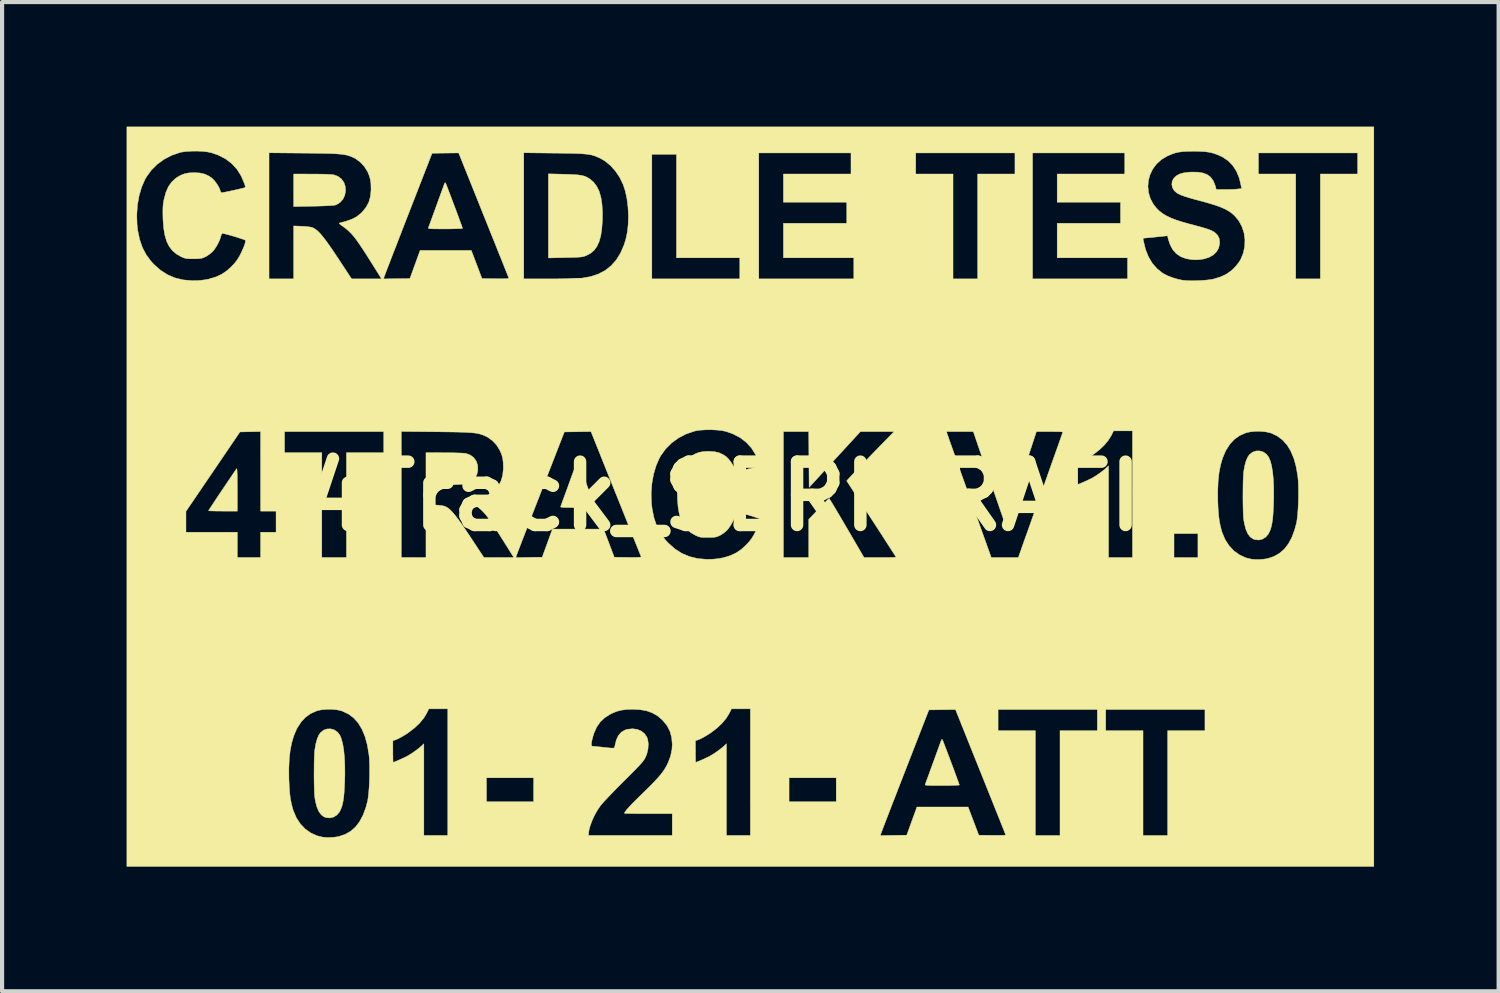
<source format=kicad_pcb>
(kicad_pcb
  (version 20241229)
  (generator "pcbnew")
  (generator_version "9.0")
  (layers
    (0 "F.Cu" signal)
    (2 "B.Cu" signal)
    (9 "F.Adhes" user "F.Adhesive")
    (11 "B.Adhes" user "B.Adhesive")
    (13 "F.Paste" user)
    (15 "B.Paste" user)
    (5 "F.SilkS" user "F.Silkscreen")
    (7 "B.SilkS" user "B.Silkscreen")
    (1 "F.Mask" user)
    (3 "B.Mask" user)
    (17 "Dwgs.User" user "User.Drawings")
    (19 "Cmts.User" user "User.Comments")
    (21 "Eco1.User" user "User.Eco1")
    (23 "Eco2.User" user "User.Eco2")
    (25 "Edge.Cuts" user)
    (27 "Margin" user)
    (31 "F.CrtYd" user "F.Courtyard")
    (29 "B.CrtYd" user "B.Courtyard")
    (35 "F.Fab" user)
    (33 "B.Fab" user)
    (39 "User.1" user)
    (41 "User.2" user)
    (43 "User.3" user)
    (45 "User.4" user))
  (footprint "4Track_SERIGRAFIA"
    (layer "F.Cu")
    (at 15.018 8.901)
    (property "Reference" "4Track_SERIGRAFIA" (at 0 0 0) (layer "F.SilkS") (effects (font (size 1.524 1.524) (thickness 0.3))))
    (attr through_hole)
    (fp_poly (pts (xy -10.552 -7.76) (xy -10.428 -7.759) (xy -10.312 -7.758) (xy -10.208 -7.755) (xy -10.122 -7.751) (xy -10.061 -7.746) (xy -10.031 -7.742) (xy -9.927 -7.703) (xy -9.845 -7.64) (xy -9.786 -7.557) (xy -9.753 -7.458) (xy -9.748 -7.347) (xy -9.766 -7.249) (xy -9.809 -7.156) (xy -9.877 -7.079) (xy -9.961 -7.026) (xy -9.992 -7.014) (xy -10.031 -7.007) (xy -10.1 -7.001) (xy -10.198 -6.996) (xy -10.32 -6.991) (xy -10.465 -6.987) (xy -10.527 -6.986) (xy -10.997 -6.977) (xy -10.997 -7.761) (xy -10.552 -7.76)) (stroke (width 0.01) (type solid)) (fill yes) (layer "F.SilkS"))
    (fp_poly (pts (xy -7.367 -1.05) (xy -7.243 -1.049) (xy -7.126 -1.047) (xy -7.022 -1.044) (xy -6.937 -1.041) (xy -6.875 -1.036) (xy -6.846 -1.032) (xy -6.742 -0.993) (xy -6.659 -0.93) (xy -6.6 -0.847) (xy -6.567 -0.748) (xy -6.562 -0.637) (xy -6.581 -0.539) (xy -6.624 -0.446) (xy -6.691 -0.369) (xy -6.776 -0.316) (xy -6.806 -0.304) (xy -6.845 -0.297) (xy -6.915 -0.291) (xy -7.012 -0.286) (xy -7.135 -0.281) (xy -7.279 -0.277) (xy -7.341 -0.276) (xy -7.811 -0.267) (xy -7.811 -1.051) (xy -7.367 -1.05)) (stroke (width 0.01) (type solid)) (fill yes) (layer "F.SilkS"))
    (fp_poly (pts (xy -12.364 -0.656) (xy -12.36 -0.614) (xy -12.357 -0.545) (xy -12.355 -0.454) (xy -12.354 -0.344) (xy -12.353 -0.218) (xy -12.353 -0.164) (xy -12.353 0.356) (xy -12.7 0.356) (xy -12.804 0.355) (xy -12.896 0.354) (xy -12.97 0.352) (xy -13.022 0.35) (xy -13.046 0.347) (xy -13.047 0.346) (xy -13.038 0.33) (xy -13.013 0.291) (xy -12.973 0.231) (xy -12.923 0.154) (xy -12.864 0.065) (xy -12.799 -0.033) (xy -12.73 -0.135) (xy -12.66 -0.239) (xy -12.593 -0.339) (xy -12.529 -0.433) (xy -12.473 -0.517) (xy -12.426 -0.586) (xy -12.391 -0.636) (xy -12.37 -0.664) (xy -12.367 -0.668) (xy -12.364 -0.656)) (stroke (width 0.01) (type solid)) (fill yes) (layer "F.SilkS"))
    (fp_poly (pts (xy -4.495 -7.756) (xy -4.348 -7.752) (xy -4.229 -7.746) (xy -4.135 -7.738) (xy -4.059 -7.726) (xy -3.997 -7.71) (xy -3.944 -7.688) (xy -3.895 -7.661) (xy -3.867 -7.643) (xy -3.774 -7.564) (xy -3.699 -7.464) (xy -3.64 -7.343) (xy -3.598 -7.198) (xy -3.572 -7.027) (xy -3.561 -6.829) (xy -3.563 -6.642) (xy -3.577 -6.444) (xy -3.602 -6.275) (xy -3.641 -6.134) (xy -3.693 -6.019) (xy -3.761 -5.926) (xy -3.844 -5.854) (xy -3.945 -5.8) (xy -3.959 -5.794) (xy -3.993 -5.782) (xy -4.027 -5.772) (xy -4.067 -5.765) (xy -4.117 -5.76) (xy -4.183 -5.755) (xy -4.269 -5.752) (xy -4.381 -5.75) (xy -4.461 -5.748) (xy -4.863 -5.74) (xy -4.863 -7.765) (xy -4.495 -7.756)) (stroke (width 0.01) (type solid)) (fill yes) (layer "F.SilkS"))
    (fp_poly (pts (xy -10.015 5.626) (xy -9.94 5.679) (xy -9.884 5.752) (xy -9.847 5.842) (xy -9.815 5.962) (xy -9.791 6.11) (xy -9.774 6.284) (xy -9.765 6.48) (xy -9.763 6.696) (xy -9.767 6.846) (xy -9.774 7.006) (xy -9.782 7.139) (xy -9.792 7.248) (xy -9.806 7.34) (xy -9.823 7.42) (xy -9.844 7.494) (xy -9.846 7.499) (xy -9.892 7.598) (xy -9.957 7.674) (xy -10.036 7.723) (xy -10.124 7.745) (xy -10.217 7.735) (xy -10.261 7.72) (xy -10.33 7.671) (xy -10.389 7.592) (xy -10.437 7.482) (xy -10.473 7.345) (xy -10.489 7.244) (xy -10.495 7.177) (xy -10.499 7.082) (xy -10.503 6.967) (xy -10.505 6.838) (xy -10.506 6.7) (xy -10.505 6.562) (xy -10.504 6.429) (xy -10.501 6.307) (xy -10.496 6.204) (xy -10.491 6.126) (xy -10.488 6.104) (xy -10.463 5.957) (xy -10.429 5.835) (xy -10.386 5.74) (xy -10.348 5.688) (xy -10.273 5.629) (xy -10.188 5.601) (xy -10.1 5.6) (xy -10.015 5.626)) (stroke (width 0.01) (type solid)) (fill yes) (layer "F.SilkS"))
    (fp_poly (pts (xy -7.342 -7.548) (xy -7.337 -7.54) (xy -7.328 -7.518) (xy -7.308 -7.469) (xy -7.281 -7.398) (xy -7.247 -7.309) (xy -7.208 -7.207) (xy -7.167 -7.097) (xy -7.124 -6.983) (xy -7.081 -6.869) (xy -7.041 -6.761) (xy -7.005 -6.662) (xy -6.974 -6.577) (xy -6.95 -6.511) (xy -6.935 -6.468) (xy -6.93 -6.453) (xy -6.947 -6.449) (xy -6.992 -6.446) (xy -7.062 -6.443) (xy -7.153 -6.441) (xy -7.259 -6.439) (xy -7.347 -6.439) (xy -7.477 -6.439) (xy -7.576 -6.44) (xy -7.649 -6.441) (xy -7.7 -6.443) (xy -7.732 -6.447) (xy -7.749 -6.452) (xy -7.754 -6.459) (xy -7.753 -6.468) (xy -7.753 -6.469) (xy -7.744 -6.491) (xy -7.725 -6.542) (xy -7.698 -6.616) (xy -7.664 -6.71) (xy -7.625 -6.818) (xy -7.581 -6.938) (xy -7.562 -6.99) (xy -7.517 -7.114) (xy -7.475 -7.229) (xy -7.438 -7.331) (xy -7.407 -7.416) (xy -7.384 -7.479) (xy -7.37 -7.517) (xy -7.368 -7.523) (xy -7.354 -7.551) (xy -7.342 -7.548)) (stroke (width 0.01) (type solid)) (fill yes) (layer "F.SilkS"))
    (fp_poly (pts (xy -4.157 -0.838) (xy -4.152 -0.83) (xy -4.142 -0.808) (xy -4.123 -0.759) (xy -4.095 -0.688) (xy -4.061 -0.599) (xy -4.023 -0.497) (xy -3.981 -0.387) (xy -3.938 -0.273) (xy -3.896 -0.159) (xy -3.855 -0.051) (xy -3.819 0.048) (xy -3.788 0.133) (xy -3.764 0.199) (xy -3.749 0.242) (xy -3.745 0.257) (xy -3.761 0.261) (xy -3.806 0.264) (xy -3.877 0.267) (xy -3.967 0.269) (xy -4.073 0.271) (xy -4.162 0.271) (xy -4.291 0.271) (xy -4.391 0.27) (xy -4.464 0.269) (xy -4.514 0.267) (xy -4.546 0.263) (xy -4.563 0.258) (xy -4.569 0.251) (xy -4.567 0.242) (xy -4.567 0.241) (xy -4.558 0.219) (xy -4.54 0.168) (xy -4.513 0.094) (xy -4.479 0.000416) (xy -4.439 -0.108) (xy -4.395 -0.228) (xy -4.377 -0.28) (xy -4.332 -0.404) (xy -4.29 -0.519) (xy -4.252 -0.621) (xy -4.221 -0.706) (xy -4.198 -0.769) (xy -4.184 -0.807) (xy -4.182 -0.813) (xy -4.168 -0.841) (xy -4.157 -0.838)) (stroke (width 0.01) (type solid)) (fill yes) (layer "F.SilkS"))
    (fp_poly (pts (xy 4.621 5.855) (xy 4.626 5.863) (xy 4.635 5.885) (xy 4.655 5.934) (xy 4.682 6.006) (xy 4.716 6.094) (xy 4.755 6.196) (xy 4.796 6.306) (xy 4.839 6.42) (xy 4.882 6.534) (xy 4.922 6.642) (xy 4.958 6.741) (xy 4.989 6.826) (xy 5.013 6.892) (xy 5.028 6.935) (xy 5.033 6.95) (xy 5.016 6.954) (xy 4.971 6.957) (xy 4.901 6.96) (xy 4.81 6.963) (xy 4.704 6.964) (xy 4.616 6.964) (xy 4.486 6.964) (xy 4.387 6.964) (xy 4.314 6.962) (xy 4.263 6.96) (xy 4.231 6.956) (xy 4.214 6.951) (xy 4.209 6.944) (xy 4.21 6.935) (xy 4.21 6.935) (xy 4.219 6.912) (xy 4.237 6.861) (xy 4.265 6.787) (xy 4.299 6.694) (xy 4.338 6.585) (xy 4.382 6.465) (xy 4.401 6.414) (xy 4.446 6.29) (xy 4.488 6.174) (xy 4.525 6.072) (xy 4.556 5.987) (xy 4.579 5.924) (xy 4.593 5.886) (xy 4.595 5.88) (xy 4.609 5.853) (xy 4.621 5.855)) (stroke (width 0.01) (type solid)) (fill yes) (layer "F.SilkS"))
    (fp_poly (pts (xy 12.352 -1.067) (xy 12.427 -1.014) (xy 12.482 -0.941) (xy 12.52 -0.851) (xy 12.552 -0.731) (xy 12.576 -0.583) (xy 12.593 -0.409) (xy 12.602 -0.213) (xy 12.603 0.003) (xy 12.6 0.153) (xy 12.593 0.313) (xy 12.585 0.446) (xy 12.575 0.555) (xy 12.561 0.647) (xy 12.544 0.727) (xy 12.523 0.801) (xy 12.521 0.806) (xy 12.475 0.905) (xy 12.41 0.981) (xy 12.331 1.03) (xy 12.243 1.052) (xy 12.15 1.042) (xy 12.106 1.027) (xy 12.036 0.978) (xy 11.977 0.899) (xy 11.93 0.789) (xy 11.894 0.651) (xy 11.878 0.551) (xy 11.872 0.484) (xy 11.867 0.389) (xy 11.864 0.274) (xy 11.862 0.145) (xy 11.861 0.007) (xy 11.862 -0.131) (xy 11.863 -0.265) (xy 11.866 -0.386) (xy 11.871 -0.489) (xy 11.876 -0.568) (xy 11.878 -0.589) (xy 11.904 -0.736) (xy 11.938 -0.859) (xy 11.981 -0.953) (xy 12.019 -1.006) (xy 12.094 -1.064) (xy 12.179 -1.093) (xy 12.267 -1.093) (xy 12.352 -1.067)) (stroke (width 0.01) (type solid)) (fill yes) (layer "F.SilkS"))
    (fp_poly (pts (xy 15.013 8.913) (xy -15.013 8.913) (xy -15.013 6.559) (xy -11.113 6.559) (xy -11.111 6.801) (xy -11.103 6.986) (xy -11.092 7.143) (xy -11.075 7.28) (xy -11.051 7.403) (xy -11.021 7.519) (xy -11.003 7.574) (xy -10.932 7.74) (xy -10.837 7.885) (xy -10.722 8.007) (xy -10.588 8.103) (xy -10.438 8.172) (xy -10.302 8.206) (xy -10.216 8.214) (xy -10.113 8.214) (xy -10.009 8.207) (xy -9.92 8.193) (xy -9.914 8.192) (xy -9.841 8.168) (xy 3.131 8.168) (xy 3.448 8.163) (xy 3.765 8.159) (xy 3.888 7.82) (xy 4.011 7.481) (xy 5.243 7.481) (xy 5.372 7.82) (xy 5.5 8.159) (xy 5.827 8.163) (xy 5.948 8.164) (xy 6.042 8.163) (xy 6.107 8.16) (xy 6.143 8.156) (xy 6.148 8.152) (xy 6.141 8.134) (xy 6.122 8.087) (xy 6.093 8.013) (xy 6.053 7.914) (xy 6.005 7.792) (xy 5.948 7.65) (xy 5.883 7.489) (xy 5.813 7.313) (xy 5.736 7.122) (xy 5.655 6.919) (xy 5.57 6.707) (xy 5.541 6.635) (xy 4.939 5.134) (xy 4.619 5.139) (xy 4.299 5.143) (xy 3.725 6.617) (xy 3.642 6.831) (xy 3.562 7.036) (xy 3.487 7.231) (xy 3.416 7.412) (xy 3.352 7.578) (xy 3.295 7.727) (xy 3.245 7.856) (xy 3.204 7.963) (xy 3.173 8.045) (xy 3.152 8.101) (xy 3.142 8.128) (xy 3.141 8.13) (xy 3.131 8.168) (xy -9.841 8.168) (xy -9.762 8.142) (xy -9.628 8.067) (xy -9.511 7.966) (xy -9.412 7.837) (xy -9.328 7.681) (xy -9.259 7.496) (xy -9.215 7.329) (xy -9.202 7.247) (xy -9.19 7.139) (xy -9.18 7.01) (xy -9.173 6.87) (xy -9.169 6.723) (xy -9.168 6.579) (xy -9.17 6.442) (xy -9.175 6.322) (xy -9.183 6.224) (xy -9.184 6.223) (xy -9.223 5.989) (xy -9.251 5.886) (xy -8.608 5.886) (xy -8.608 6.146) (xy -8.607 6.235) (xy -8.606 6.311) (xy -8.605 6.368) (xy -8.603 6.4) (xy -8.602 6.405) (xy -8.579 6.398) (xy -8.533 6.38) (xy -8.473 6.355) (xy -8.406 6.325) (xy -8.34 6.294) (xy -8.284 6.267) (xy -8.252 6.25) (xy -8.157 6.192) (xy -8.057 6.123) (xy -7.967 6.053) (xy -7.917 6.01) (xy -7.862 5.958) (xy -7.862 8.167) (xy -7.286 8.167) (xy -3.897 8.167) (xy -1.881 8.167) (xy -1.881 7.642) (xy -2.457 7.642) (xy -2.593 7.642) (xy -2.717 7.641) (xy -2.827 7.64) (xy -2.916 7.638) (xy -2.983 7.636) (xy -3.023 7.634) (xy -3.033 7.632) (xy -3.021 7.604) (xy -2.986 7.555) (xy -2.926 7.487) (xy -2.841 7.397) (xy -2.731 7.287) (xy -2.596 7.154) (xy -2.572 7.131) (xy -2.439 7.001) (xy -2.329 6.89) (xy -2.239 6.793) (xy -2.165 6.707) (xy -2.104 6.628) (xy -2.054 6.552) (xy -2.011 6.477) (xy -1.983 6.418) (xy -1.921 6.257) (xy -1.888 6.097) (xy -1.881 5.974) (xy -1.888 5.886) (xy -1.322 5.886) (xy -1.322 6.146) (xy -1.321 6.235) (xy -1.32 6.311) (xy -1.319 6.368) (xy -1.317 6.4) (xy -1.316 6.405) (xy -1.293 6.398) (xy -1.247 6.38) (xy -1.187 6.355) (xy -1.12 6.325) (xy -1.054 6.294) (xy -0.997 6.267) (xy -0.966 6.25) (xy -0.871 6.192) (xy -0.771 6.123) (xy -0.681 6.053) (xy -0.631 6.01) (xy -0.576 5.958) (xy -0.576 8.167) (xy 0 8.167) (xy 0 6.778) (xy 0.932 6.778) (xy 0.932 7.354) (xy 2.067 7.354) (xy 2.067 6.778) (xy 0.932 6.778) (xy 0 6.778) (xy 0 5.134) (xy 5.965 5.134) (xy 5.965 5.643) (xy 6.863 5.643) (xy 6.863 8.167) (xy 7.456 8.167) (xy 7.456 5.643) (xy 8.354 5.643) (xy 8.354 5.134) (xy 8.557 5.134) (xy 8.557 5.643) (xy 9.455 5.643) (xy 9.455 8.167) (xy 10.048 8.167) (xy 10.048 5.643) (xy 10.946 5.643) (xy 10.946 5.134) (xy 8.557 5.134) (xy 8.354 5.134) (xy 5.965 5.134) (xy 0 5.134) (xy 0 5.117) (xy -0.455 5.117) (xy -0.51 5.229) (xy -0.582 5.345) (xy -0.681 5.464) (xy -0.804 5.58) (xy -0.944 5.688) (xy -0.977 5.71) (xy -1.054 5.758) (xy -1.13 5.803) (xy -1.195 5.837) (xy -1.237 5.856) (xy -1.322 5.886) (xy -1.888 5.886) (xy -1.895 5.807) (xy -1.936 5.658) (xy -2.006 5.522) (xy -2.107 5.398) (xy -2.125 5.38) (xy -2.237 5.285) (xy -2.361 5.214) (xy -2.499 5.165) (xy -2.657 5.137) (xy -2.838 5.128) (xy -2.982 5.133) (xy -3.104 5.149) (xy -3.215 5.177) (xy -3.324 5.222) (xy -3.378 5.249) (xy -3.508 5.332) (xy -3.614 5.432) (xy -3.699 5.554) (xy -3.765 5.701) (xy -3.795 5.798) (xy -3.819 5.895) (xy -3.828 5.964) (xy -3.823 6.005) (xy -3.808 6.016) (xy -3.784 6.018) (xy -3.734 6.022) (xy -3.663 6.03) (xy -3.579 6.038) (xy -3.558 6.041) (xy -3.454 6.052) (xy -3.379 6.06) (xy -3.327 6.063) (xy -3.295 6.061) (xy -3.277 6.054) (xy -3.268 6.04) (xy -3.264 6.02) (xy -3.261 6.003) (xy -3.228 5.867) (xy -3.177 5.759) (xy -3.108 5.68) (xy -3.02 5.628) (xy -2.956 5.609) (xy -2.836 5.597) (xy -2.725 5.612) (xy -2.628 5.652) (xy -2.549 5.714) (xy -2.493 5.796) (xy -2.472 5.851) (xy -2.457 5.96) (xy -2.465 6.082) (xy -2.493 6.203) (xy -2.525 6.282) (xy -2.542 6.314) (xy -2.562 6.346) (xy -2.588 6.382) (xy -2.622 6.423) (xy -2.667 6.474) (xy -2.726 6.535) (xy -2.8 6.612) (xy -2.893 6.705) (xy -3.006 6.818) (xy -3.051 6.863) (xy -3.16 6.971) (xy -3.265 7.078) (xy -3.362 7.179) (xy -3.449 7.271) (xy -3.523 7.349) (xy -3.578 7.412) (xy -3.614 7.454) (xy -3.615 7.457) (xy -3.687 7.564) (xy -3.753 7.683) (xy -3.81 7.807) (xy -3.855 7.926) (xy -3.885 8.035) (xy -3.897 8.126) (xy -3.897 8.129) (xy -3.897 8.167) (xy -7.286 8.167) (xy -7.286 6.778) (xy -6.354 6.778) (xy -6.354 7.354) (xy -5.219 7.354) (xy -5.219 6.778) (xy -6.354 6.778) (xy -7.286 6.778) (xy -7.286 5.117) (xy -7.742 5.117) (xy -7.797 5.229) (xy -7.868 5.345) (xy -7.967 5.464) (xy -8.09 5.58) (xy -8.231 5.688) (xy -8.263 5.71) (xy -8.34 5.758) (xy -8.416 5.803) (xy -8.481 5.837) (xy -8.523 5.856) (xy -8.608 5.886) (xy -9.251 5.886) (xy -9.279 5.783) (xy -9.353 5.606) (xy -9.443 5.457) (xy -9.552 5.336) (xy -9.679 5.241) (xy -9.824 5.173) (xy -9.849 5.164) (xy -9.951 5.141) (xy -10.071 5.129) (xy -10.199 5.129) (xy -10.321 5.139) (xy -10.425 5.161) (xy -10.434 5.164) (xy -10.582 5.228) (xy -10.711 5.319) (xy -10.821 5.438) (xy -10.915 5.585) (xy -10.93 5.615) (xy -10.994 5.767) (xy -11.044 5.934) (xy -11.08 6.119) (xy -11.103 6.326) (xy -11.113 6.559) (xy -15.013 6.559) (xy -15.013 1.475) (xy -5.646 1.475) (xy -5.329 1.47) (xy -5.012 1.466) (xy -4.766 0.788) (xy -3.534 0.788) (xy -3.405 1.127) (xy -3.277 1.466) (xy -2.95 1.47) (xy -2.83 1.471) (xy -2.736 1.47) (xy -2.67 1.467) (xy -2.635 1.462) (xy -2.629 1.458) (xy -2.636 1.441) (xy -2.655 1.394) (xy -2.684 1.32) (xy -2.724 1.221) (xy -2.773 1.099) (xy -2.83 0.957) (xy -2.894 0.796) (xy -2.965 0.619) (xy -3.041 0.429) (xy -3.122 0.226) (xy -3.207 0.014) (xy -3.236 -0.058) (xy -3.244 -0.076) (xy -2.388 -0.076) (xy -2.382 0.156) (xy -2.364 0.309) (xy -2.319 0.525) (xy -2.253 0.717) (xy -2.163 0.889) (xy -2.048 1.047) (xy -1.974 1.127) (xy -1.817 1.266) (xy -1.649 1.373) (xy -1.467 1.45) (xy -1.271 1.498) (xy -1.058 1.517) (xy -0.94 1.516) (xy -0.847 1.509) (xy -0.748 1.496) (xy -0.659 1.48) (xy -0.635 1.475) (xy -0.475 1.425) (xy -0.337 1.359) (xy -0.213 1.274) (xy -0.11 1.179) (xy -0.031 1.095) (xy 0.03 1.017) (xy 0.082 0.932) (xy 0.104 0.89) (xy 0.152 0.792) (xy 0.189 0.704) (xy 0.216 0.63) (xy 0.23 0.576) (xy 0.229 0.546) (xy 0.226 0.543) (xy 0.204 0.532) (xy 0.155 0.515) (xy 0.089 0.493) (xy 0.01 0.468) (xy -0.073 0.444) (xy -0.155 0.42) (xy -0.228 0.4) (xy -0.286 0.386) (xy -0.322 0.379) (xy -0.33 0.379) (xy -0.348 0.4) (xy -0.361 0.439) (xy -0.362 0.444) (xy -0.385 0.52) (xy -0.425 0.609) (xy -0.475 0.699) (xy -0.529 0.778) (xy -0.568 0.823) (xy -0.628 0.874) (xy -0.699 0.923) (xy -0.742 0.946) (xy -0.79 0.967) (xy -0.833 0.98) (xy -0.881 0.987) (xy -0.945 0.991) (xy -1.025 0.991) (xy -1.11 0.991) (xy -1.171 0.987) (xy -1.218 0.98) (xy -1.261 0.966) (xy -1.311 0.944) (xy -1.322 0.939) (xy -1.436 0.873) (xy -1.531 0.792) (xy -1.608 0.692) (xy -1.667 0.572) (xy -1.711 0.429) (xy -1.74 0.26) (xy -1.755 0.063) (xy -1.757 0.008) (xy -1.76 -0.107) (xy -1.76 -0.198) (xy -1.757 -0.272) (xy -1.75 -0.337) (xy -1.74 -0.403) (xy -1.732 -0.443) (xy -1.687 -0.607) (xy -1.628 -0.744) (xy -1.551 -0.855) (xy -1.454 -0.945) (xy -1.419 -0.97) (xy -1.325 -1.024) (xy -1.233 -1.059) (xy -1.131 -1.078) (xy -1.01 -1.084) (xy -1.001 -1.084) (xy -0.865 -1.075) (xy -0.75 -1.048) (xy -0.647 -0.999) (xy -0.584 -0.956) (xy -0.535 -0.909) (xy -0.482 -0.845) (xy -0.434 -0.773) (xy -0.398 -0.706) (xy -0.381 -0.66) (xy -0.369 -0.622) (xy -0.355 -0.601) (xy -0.335 -0.602) (xy -0.289 -0.61) (xy -0.223 -0.622) (xy -0.144 -0.639) (xy -0.058 -0.658) (xy 0.028 -0.677) (xy 0.108 -0.696) (xy 0.175 -0.713) (xy 0.206 -0.722) (xy 0.222 -0.729) (xy 0.226 -0.745) (xy 0.218 -0.777) (xy 0.204 -0.819) (xy 0.125 -1.005) (xy 0.024 -1.166) (xy -0.101 -1.302) (xy -0.249 -1.415) (xy -0.421 -1.504) (xy -0.577 -1.559) (xy 0.796 -1.559) (xy 0.796 1.474) (xy 1.406 1.474) (xy 1.406 0.555) (xy 1.646 0.303) (xy 1.718 0.227) (xy 1.783 0.16) (xy 1.836 0.106) (xy 1.875 0.069) (xy 1.894 0.052) (xy 1.896 0.051) (xy 1.907 0.065) (xy 1.932 0.106) (xy 1.972 0.17) (xy 2.023 0.255) (xy 2.085 0.359) (xy 2.155 0.477) (xy 2.232 0.608) (xy 2.314 0.749) (xy 2.322 0.762) (xy 2.737 1.473) (xy 3.122 1.473) (xy 3.232 1.473) (xy 3.33 1.472) (xy 3.411 1.471) (xy 3.47 1.469) (xy 3.503 1.466) (xy 3.508 1.465) (xy 3.499 1.45) (xy 3.473 1.408) (xy 3.431 1.343) (xy 3.376 1.257) (xy 3.308 1.152) (xy 3.23 1.031) (xy 3.143 0.895) (xy 3.047 0.748) (xy 2.946 0.592) (xy 2.913 0.542) (xy 2.319 -0.373) (xy 2.426 -0.49) (xy 2.462 -0.528) (xy 2.519 -0.588) (xy 2.592 -0.665) (xy 2.679 -0.755) (xy 2.777 -0.856) (xy 2.881 -0.963) (xy 2.988 -1.074) (xy 2.997 -1.083) (xy 3.461 -1.559) (xy 4.724 -1.559) (xy 4.733 -1.521) (xy 4.74 -1.5) (xy 4.758 -1.45) (xy 4.785 -1.372) (xy 4.822 -1.269) (xy 4.867 -1.143) (xy 4.918 -0.997) (xy 4.977 -0.832) (xy 5.041 -0.652) (xy 5.11 -0.458) (xy 5.183 -0.253) (xy 5.26 -0.039) (xy 5.272 -0.005) (xy 5.801 1.474) (xy 6.453 1.474) (xy 6.478 1.402) (xy 6.487 1.376) (xy 6.507 1.32) (xy 6.536 1.237) (xy 6.574 1.129) (xy 6.62 0.999) (xy 6.674 0.849) (xy 6.733 0.682) (xy 6.798 0.499) (xy 6.867 0.304) (xy 6.941 0.099) (xy 7.013 -0.105) (xy 7.088 -0.316) (xy 7.16 -0.518) (xy 7.227 -0.709) (xy 7.262 -0.807) (xy 7.879 -0.807) (xy 7.879 -0.547) (xy 7.88 -0.458) (xy 7.881 -0.382) (xy 7.882 -0.325) (xy 7.884 -0.293) (xy 7.885 -0.288) (xy 7.908 -0.295) (xy 7.954 -0.313) (xy 8.014 -0.339) (xy 8.081 -0.368) (xy 8.147 -0.399) (xy 8.203 -0.427) (xy 8.235 -0.443) (xy 8.33 -0.501) (xy 8.43 -0.57) (xy 8.52 -0.64) (xy 8.57 -0.684) (xy 8.625 -0.735) (xy 8.625 1.474) (xy 9.201 1.474) (xy 9.201 0.898) (xy 10.201 0.898) (xy 10.201 1.474) (xy 10.777 1.474) (xy 10.777 0.898) (xy 10.201 0.898) (xy 9.201 0.898) (xy 9.201 -0.134) (xy 11.254 -0.134) (xy 11.256 0.108) (xy 11.263 0.292) (xy 11.275 0.45) (xy 11.292 0.587) (xy 11.316 0.71) (xy 11.346 0.826) (xy 11.364 0.881) (xy 11.435 1.047) (xy 11.53 1.192) (xy 11.645 1.314) (xy 11.779 1.41) (xy 11.929 1.479) (xy 12.065 1.513) (xy 12.151 1.521) (xy 12.254 1.521) (xy 12.358 1.514) (xy 12.447 1.5) (xy 12.453 1.499) (xy 12.605 1.449) (xy 12.739 1.373) (xy 12.856 1.272) (xy 12.955 1.144) (xy 13.039 0.988) (xy 13.107 0.803) (xy 13.152 0.635) (xy 13.165 0.554) (xy 13.177 0.445) (xy 13.187 0.317) (xy 13.194 0.177) (xy 13.198 0.03) (xy 13.199 -0.115) (xy 13.197 -0.251) (xy 13.192 -0.371) (xy 13.183 -0.469) (xy 13.183 -0.47) (xy 13.144 -0.704) (xy 13.088 -0.91) (xy 13.014 -1.087) (xy 12.924 -1.236) (xy 12.815 -1.357) (xy 12.688 -1.452) (xy 12.543 -1.521) (xy 12.518 -1.529) (xy 12.416 -1.552) (xy 12.295 -1.564) (xy 12.168 -1.565) (xy 12.046 -1.554) (xy 11.942 -1.532) (xy 11.933 -1.529) (xy 11.785 -1.465) (xy 11.656 -1.374) (xy 11.546 -1.255) (xy 11.452 -1.108) (xy 11.437 -1.078) (xy 11.373 -0.926) (xy 11.323 -0.759) (xy 11.287 -0.574) (xy 11.264 -0.367) (xy 11.254 -0.134) (xy 9.201 -0.134) (xy 9.201 -1.576) (xy 8.746 -1.576) (xy 8.691 -1.464) (xy 8.619 -1.348) (xy 8.52 -1.229) (xy 8.397 -1.114) (xy 8.256 -1.005) (xy 8.224 -0.983) (xy 8.147 -0.935) (xy 8.071 -0.89) (xy 8.006 -0.856) (xy 7.964 -0.837) (xy 7.879 -0.807) (xy 7.262 -0.807) (xy 7.29 -0.886) (xy 7.347 -1.047) (xy 7.398 -1.189) (xy 7.441 -1.311) (xy 7.476 -1.411) (xy 7.502 -1.485) (xy 7.518 -1.532) (xy 7.523 -1.549) (xy 7.523 -1.549) (xy 7.507 -1.552) (xy 7.463 -1.555) (xy 7.394 -1.557) (xy 7.308 -1.558) (xy 7.209 -1.559) (xy 7.206 -1.559) (xy 6.888 -1.559) (xy 6.534 -0.479) (xy 6.461 -0.256) (xy 6.398 -0.063) (xy 6.343 0.102) (xy 6.298 0.241) (xy 6.26 0.357) (xy 6.229 0.45) (xy 6.204 0.525) (xy 6.184 0.581) (xy 6.169 0.623) (xy 6.158 0.651) (xy 6.151 0.668) (xy 6.146 0.676) (xy 6.142 0.678) (xy 6.14 0.674) (xy 6.138 0.668) (xy 6.135 0.662) (xy 6.135 0.661) (xy 6.127 0.641) (xy 6.11 0.592) (xy 6.083 0.517) (xy 6.048 0.418) (xy 6.006 0.297) (xy 5.958 0.158) (xy 5.905 0.003) (xy 5.847 -0.165) (xy 5.785 -0.343) (xy 5.721 -0.529) (xy 5.656 -0.72) (xy 5.589 -0.913) (xy 5.523 -1.105) (xy 5.459 -1.294) (xy 5.402 -1.461) (xy 5.368 -1.559) (xy 4.724 -1.559) (xy 3.461 -1.559) (xy 2.651 -1.559) (xy 2.033 -0.887) (xy 1.415 -0.216) (xy 1.41 -0.887) (xy 1.406 -1.559) (xy 0.796 -1.559) (xy -0.577 -1.559) (xy -0.588 -1.563) (xy -0.686 -1.583) (xy -0.808 -1.596) (xy -0.942 -1.603) (xy -1.078 -1.601) (xy -1.206 -1.593) (xy -1.315 -1.577) (xy -1.347 -1.569) (xy -1.546 -1.501) (xy -1.73 -1.406) (xy -1.895 -1.286) (xy -2.038 -1.144) (xy -2.155 -0.982) (xy -2.192 -0.917) (xy -2.272 -0.732) (xy -2.332 -0.527) (xy -2.371 -0.306) (xy -2.388 -0.076) (xy -3.244 -0.076) (xy -3.838 -1.559) (xy -4.479 -1.55) (xy -5.052 -0.076) (xy -5.135 0.138) (xy -5.215 0.343) (xy -5.291 0.537) (xy -5.361 0.719) (xy -5.425 0.885) (xy -5.483 1.034) (xy -5.532 1.163) (xy -5.573 1.269) (xy -5.605 1.352) (xy -5.626 1.408) (xy -5.636 1.435) (xy -5.636 1.436) (xy -5.646 1.475) (xy -15.013 1.475) (xy -15.013 0.362) (xy -13.59 0.362) (xy -13.59 0.864) (xy -12.353 0.864) (xy -12.353 1.474) (xy -11.793 1.474) (xy -11.793 0.864) (xy -11.421 0.864) (xy -11.421 0.356) (xy -11.793 0.356) (xy -11.793 -1.559) (xy -11.217 -1.559) (xy -11.217 -1.051) (xy -10.319 -1.051) (xy -10.319 1.474) (xy -9.726 1.474) (xy -8.405 1.474) (xy -7.811 1.474) (xy -7.811 0.199) (xy -7.612 0.207) (xy -7.508 0.214) (xy -7.423 0.224) (xy -7.363 0.238) (xy -7.352 0.242) (xy -7.308 0.264) (xy -7.263 0.295) (xy -7.215 0.338) (xy -7.162 0.394) (xy -7.101 0.467) (xy -7.032 0.557) (xy -6.952 0.668) (xy -6.86 0.802) (xy -6.754 0.961) (xy -6.651 1.116) (xy -6.416 1.474) (xy -5.695 1.474) (xy -5.958 1.055) (xy -6.063 0.889) (xy -6.153 0.748) (xy -6.232 0.631) (xy -6.302 0.533) (xy -6.364 0.452) (xy -6.423 0.384) (xy -6.48 0.327) (xy -6.538 0.276) (xy -6.6 0.228) (xy -6.65 0.193) (xy -6.694 0.16) (xy -6.713 0.138) (xy -6.709 0.13) (xy -6.682 0.123) (xy -6.632 0.109) (xy -6.568 0.091) (xy -6.549 0.086) (xy -6.408 0.037) (xy -6.291 -0.026) (xy -6.188 -0.108) (xy -6.156 -0.141) (xy -6.065 -0.254) (xy -6.002 -0.374) (xy -5.964 -0.508) (xy -5.948 -0.661) (xy -5.948 -0.702) (xy -5.952 -0.82) (xy -5.964 -0.916) (xy -5.988 -1.003) (xy -6.026 -1.094) (xy -6.036 -1.114) (xy -6.11 -1.233) (xy -6.207 -1.337) (xy -6.318 -1.419) (xy -6.365 -1.444) (xy -6.413 -1.465) (xy -6.459 -1.483) (xy -6.507 -1.499) (xy -6.561 -1.511) (xy -6.623 -1.522) (xy -6.696 -1.53) (xy -6.785 -1.536) (xy -6.891 -1.542) (xy -7.018 -1.546) (xy -7.169 -1.549) (xy -7.348 -1.551) (xy -7.557 -1.554) (xy -7.57 -1.554) (xy -8.405 -1.562) (xy -8.405 1.474) (xy -9.726 1.474) (xy -9.726 -1.051) (xy -8.828 -1.051) (xy -8.828 -1.559) (xy -11.217 -1.559) (xy -11.793 -1.559) (xy -11.793 -1.56) (xy -12.042 -1.555) (xy -12.29 -1.55) (xy -12.94 -0.594) (xy -13.59 0.362) (xy -15.013 0.362) (xy -15.013 -6.786) (xy -14.774 -6.786) (xy -14.768 -6.554) (xy -14.751 -6.401) (xy -14.706 -6.185) (xy -14.64 -5.993) (xy -14.55 -5.821) (xy -14.434 -5.663) (xy -14.361 -5.583) (xy -14.204 -5.445) (xy -14.035 -5.337) (xy -13.854 -5.26) (xy -13.658 -5.212) (xy -13.445 -5.193) (xy -13.327 -5.194) (xy -13.234 -5.201) (xy -13.135 -5.214) (xy -13.046 -5.23) (xy -13.023 -5.235) (xy -8.832 -5.235) (xy -8.78 -5.236) (xy -5.456 -5.236) (xy -4.837 -5.236) (xy -4.687 -5.236) (xy -4.541 -5.238) (xy -4.404 -5.24) (xy -4.281 -5.243) (xy -4.177 -5.247) (xy -4.097 -5.251) (xy -4.054 -5.254) (xy -3.846 -5.291) (xy -3.659 -5.353) (xy -3.494 -5.44) (xy -3.351 -5.554) (xy -3.228 -5.693) (xy -3.125 -5.86) (xy -3.041 -6.055) (xy -3 -6.187) (xy -2.962 -6.362) (xy -2.941 -6.557) (xy -2.936 -6.761) (xy -2.947 -6.968) (xy -2.972 -7.168) (xy -3.012 -7.353) (xy -3.061 -7.503) (xy -3.144 -7.675) (xy -3.248 -7.831) (xy -3.368 -7.965) (xy -3.501 -8.074) (xy -3.609 -8.137) (xy -3.665 -8.163) (xy -3.717 -8.185) (xy -3.769 -8.204) (xy -3.825 -8.219) (xy -3.887 -8.231) (xy -3.919 -8.235) (xy -2.372 -8.235) (xy -2.372 -5.236) (xy -0.254 -5.236) (xy -0.254 -5.744) (xy -1.779 -5.744) (xy -1.779 -8.235) (xy -2.372 -8.235) (xy -3.919 -8.235) (xy -3.96 -8.24) (xy -4.048 -8.248) (xy -4.153 -8.253) (xy -4.279 -8.257) (xy -4.43 -8.26) (xy -4.609 -8.263) (xy -4.723 -8.264) (xy -5.144 -8.269) (xy 0.203 -8.269) (xy 0.203 -5.236) (xy 2.491 -5.236) (xy 2.491 -5.744) (xy 0.796 -5.744) (xy 0.796 -6.575) (xy 2.321 -6.575) (xy 2.321 -7.083) (xy 0.796 -7.083) (xy 0.796 -7.761) (xy 2.423 -7.761) (xy 2.423 -8.269) (xy 3.982 -8.269) (xy 3.982 -7.761) (xy 4.88 -7.761) (xy 4.88 -5.236) (xy 5.473 -5.236) (xy 5.473 -7.761) (xy 6.371 -7.761) (xy 6.371 -8.269) (xy 6.795 -8.269) (xy 6.795 -5.236) (xy 9.082 -5.236) (xy 9.082 -5.744) (xy 7.388 -5.744) (xy 7.388 -6.214) (xy 9.454 -6.214) (xy 9.465 -6.153) (xy 9.513 -5.952) (xy 9.584 -5.772) (xy 9.677 -5.615) (xy 9.791 -5.483) (xy 9.925 -5.376) (xy 9.944 -5.364) (xy 10.049 -5.31) (xy 10.175 -5.262) (xy 10.306 -5.224) (xy 10.405 -5.204) (xy 10.497 -5.195) (xy 10.611 -5.191) (xy 10.739 -5.192) (xy 10.869 -5.198) (xy 10.992 -5.208) (xy 11.099 -5.222) (xy 11.162 -5.235) (xy 11.322 -5.284) (xy 11.457 -5.347) (xy 11.575 -5.429) (xy 11.641 -5.49) (xy 11.7 -5.554) (xy 11.756 -5.625) (xy 11.799 -5.69) (xy 11.806 -5.703) (xy 11.869 -5.857) (xy 11.904 -6.019) (xy 11.909 -6.182) (xy 11.887 -6.342) (xy 11.837 -6.495) (xy 11.762 -6.635) (xy 11.663 -6.753) (xy 11.598 -6.812) (xy 11.525 -6.864) (xy 11.44 -6.912) (xy 11.339 -6.958) (xy 11.219 -7.003) (xy 11.074 -7.048) (xy 10.902 -7.097) (xy 10.829 -7.116) (xy 10.679 -7.156) (xy 10.558 -7.191) (xy 10.461 -7.221) (xy 10.384 -7.249) (xy 10.324 -7.275) (xy 10.275 -7.302) (xy 10.273 -7.303) (xy 10.207 -7.36) (xy 10.165 -7.431) (xy 10.148 -7.51) (xy 10.158 -7.589) (xy 10.196 -7.659) (xy 10.201 -7.665) (xy 10.264 -7.722) (xy 10.342 -7.763) (xy 10.44 -7.79) (xy 10.563 -7.805) (xy 10.618 -7.808) (xy 10.772 -7.806) (xy 10.898 -7.786) (xy 11 -7.747) (xy 11.081 -7.687) (xy 11.143 -7.605) (xy 11.188 -7.498) (xy 11.199 -7.46) (xy 11.219 -7.388) (xy 11.419 -7.388) (xy 11.511 -7.389) (xy 11.602 -7.391) (xy 11.68 -7.395) (xy 11.724 -7.399) (xy 11.828 -7.41) (xy 11.818 -7.471) (xy 11.774 -7.659) (xy 11.707 -7.824) (xy 11.617 -7.964) (xy 11.505 -8.08) (xy 11.37 -8.17) (xy 11.348 -8.181) (xy 11.247 -8.227) (xy 11.15 -8.261) (xy 11.116 -8.269) (xy 12.234 -8.269) (xy 12.234 -7.761) (xy 13.132 -7.761) (xy 13.132 -5.236) (xy 13.725 -5.236) (xy 13.725 -7.761) (xy 14.623 -7.761) (xy 14.623 -8.269) (xy 12.234 -8.269) (xy 11.116 -8.269) (xy 11.049 -8.285) (xy 10.936 -8.3) (xy 10.804 -8.307) (xy 10.684 -8.309) (xy 10.539 -8.307) (xy 10.421 -8.301) (xy 10.32 -8.288) (xy 10.23 -8.268) (xy 10.143 -8.238) (xy 10.05 -8.198) (xy 10.032 -8.19) (xy 9.894 -8.106) (xy 9.78 -8.002) (xy 9.69 -7.882) (xy 9.625 -7.748) (xy 9.585 -7.606) (xy 9.573 -7.46) (xy 9.588 -7.313) (xy 9.631 -7.17) (xy 9.704 -7.034) (xy 9.774 -6.945) (xy 9.843 -6.875) (xy 9.921 -6.813) (xy 10.011 -6.758) (xy 10.118 -6.706) (xy 10.244 -6.657) (xy 10.396 -6.608) (xy 10.576 -6.557) (xy 10.614 -6.548) (xy 10.758 -6.509) (xy 10.874 -6.477) (xy 10.966 -6.45) (xy 11.037 -6.426) (xy 11.093 -6.404) (xy 11.137 -6.382) (xy 11.174 -6.359) (xy 11.184 -6.352) (xy 11.25 -6.289) (xy 11.288 -6.213) (xy 11.3 -6.12) (xy 11.299 -6.079) (xy 11.275 -5.975) (xy 11.223 -5.886) (xy 11.145 -5.811) (xy 11.043 -5.754) (xy 10.92 -5.715) (xy 10.779 -5.697) (xy 10.652 -5.698) (xy 10.498 -5.721) (xy 10.367 -5.769) (xy 10.258 -5.842) (xy 10.17 -5.941) (xy 10.104 -6.067) (xy 10.064 -6.191) (xy 10.043 -6.274) (xy 9.957 -6.264) (xy 9.905 -6.258) (xy 9.83 -6.251) (xy 9.742 -6.242) (xy 9.662 -6.234) (xy 9.454 -6.214) (xy 7.388 -6.214) (xy 7.388 -6.575) (xy 8.913 -6.575) (xy 8.913 -7.083) (xy 7.388 -7.083) (xy 7.388 -7.761) (xy 9.015 -7.761) (xy 9.015 -8.269) (xy 6.795 -8.269) (xy 6.371 -8.269) (xy 3.982 -8.269) (xy 2.423 -8.269) (xy 0.203 -8.269) (xy -5.144 -8.269) (xy -5.456 -8.273) (xy -5.456 -5.236) (xy -8.78 -5.236) (xy -8.515 -5.24) (xy -8.198 -5.244) (xy -8.075 -5.583) (xy -7.952 -5.922) (xy -6.72 -5.922) (xy -6.591 -5.583) (xy -6.463 -5.244) (xy -6.136 -5.24) (xy -6.015 -5.239) (xy -5.921 -5.24) (xy -5.856 -5.243) (xy -5.82 -5.248) (xy -5.815 -5.252) (xy -5.822 -5.269) (xy -5.84 -5.316) (xy -5.87 -5.39) (xy -5.91 -5.489) (xy -5.958 -5.611) (xy -6.015 -5.753) (xy -6.08 -5.914) (xy -6.15 -6.091) (xy -6.227 -6.281) (xy -6.308 -6.484) (xy -6.393 -6.696) (xy -6.422 -6.768) (xy -7.024 -8.269) (xy -7.344 -8.265) (xy -7.664 -8.261) (xy -8.238 -6.786) (xy -8.321 -6.573) (xy -8.401 -6.367) (xy -8.476 -6.173) (xy -8.546 -5.991) (xy -8.611 -5.825) (xy -8.668 -5.676) (xy -8.718 -5.547) (xy -8.759 -5.441) (xy -8.79 -5.358) (xy -8.811 -5.302) (xy -8.821 -5.275) (xy -8.822 -5.274) (xy -8.832 -5.235) (xy -13.023 -5.235) (xy -13.022 -5.235) (xy -13.021 -5.236) (xy -11.59 -5.236) (xy -10.997 -5.236) (xy -10.997 -6.511) (xy -10.798 -6.503) (xy -10.693 -6.496) (xy -10.608 -6.486) (xy -10.549 -6.473) (xy -10.537 -6.468) (xy -10.494 -6.446) (xy -10.449 -6.415) (xy -10.401 -6.372) (xy -10.347 -6.316) (xy -10.287 -6.243) (xy -10.217 -6.153) (xy -10.138 -6.042) (xy -10.045 -5.908) (xy -9.939 -5.749) (xy -9.837 -5.594) (xy -9.602 -5.236) (xy -8.88 -5.236) (xy -9.143 -5.655) (xy -9.248 -5.822) (xy -9.339 -5.962) (xy -9.418 -6.079) (xy -9.487 -6.177) (xy -9.55 -6.258) (xy -9.609 -6.326) (xy -9.666 -6.383) (xy -9.724 -6.434) (xy -9.785 -6.482) (xy -9.835 -6.517) (xy -9.88 -6.55) (xy -9.899 -6.572) (xy -9.894 -6.58) (xy -9.868 -6.588) (xy -9.817 -6.601) (xy -9.754 -6.619) (xy -9.735 -6.624) (xy -9.594 -6.673) (xy -9.476 -6.736) (xy -9.374 -6.818) (xy -9.341 -6.851) (xy -9.251 -6.964) (xy -9.187 -7.084) (xy -9.149 -7.218) (xy -9.134 -7.371) (xy -9.134 -7.412) (xy -9.137 -7.53) (xy -9.15 -7.626) (xy -9.174 -7.713) (xy -9.211 -7.804) (xy -9.221 -7.824) (xy -9.296 -7.943) (xy -9.393 -8.047) (xy -9.504 -8.129) (xy -9.551 -8.154) (xy -9.598 -8.175) (xy -9.645 -8.193) (xy -9.693 -8.209) (xy -9.747 -8.221) (xy -9.808 -8.232) (xy -9.882 -8.24) (xy -9.97 -8.247) (xy -10.076 -8.252) (xy -10.203 -8.256) (xy -10.355 -8.259) (xy -10.533 -8.262) (xy -10.743 -8.264) (xy -10.756 -8.264) (xy -11.59 -8.272) (xy -11.59 -5.236) (xy -13.021 -5.236) (xy -12.861 -5.286) (xy -12.724 -5.351) (xy -12.6 -5.436) (xy -12.496 -5.531) (xy -12.417 -5.615) (xy -12.357 -5.693) (xy -12.305 -5.778) (xy -12.282 -5.82) (xy -12.235 -5.918) (xy -12.197 -6.006) (xy -12.171 -6.08) (xy -12.157 -6.134) (xy -12.158 -6.164) (xy -12.16 -6.167) (xy -12.183 -6.178) (xy -12.231 -6.195) (xy -12.298 -6.217) (xy -12.376 -6.242) (xy -12.46 -6.267) (xy -12.541 -6.29) (xy -12.615 -6.31) (xy -12.673 -6.324) (xy -12.709 -6.331) (xy -12.717 -6.331) (xy -12.734 -6.31) (xy -12.748 -6.271) (xy -12.749 -6.266) (xy -12.772 -6.19) (xy -12.811 -6.101) (xy -12.861 -6.011) (xy -12.916 -5.932) (xy -12.954 -5.887) (xy -13.015 -5.836) (xy -13.086 -5.787) (xy -13.129 -5.764) (xy -13.176 -5.744) (xy -13.219 -5.73) (xy -13.268 -5.723) (xy -13.331 -5.72) (xy -13.412 -5.719) (xy -13.497 -5.72) (xy -13.558 -5.723) (xy -13.605 -5.731) (xy -13.648 -5.744) (xy -13.698 -5.766) (xy -13.708 -5.771) (xy -13.823 -5.837) (xy -13.918 -5.918) (xy -13.994 -6.018) (xy -14.054 -6.138) (xy -14.097 -6.281) (xy -14.126 -6.45) (xy -14.142 -6.648) (xy -14.144 -6.702) (xy -14.146 -6.818) (xy -14.146 -6.908) (xy -14.143 -6.982) (xy -14.137 -7.047) (xy -14.126 -7.113) (xy -14.118 -7.153) (xy -14.074 -7.318) (xy -14.014 -7.454) (xy -13.937 -7.565) (xy -13.841 -7.655) (xy -13.805 -7.68) (xy -13.711 -7.734) (xy -13.619 -7.769) (xy -13.518 -7.788) (xy -13.396 -7.794) (xy -13.387 -7.794) (xy -13.252 -7.785) (xy -13.136 -7.758) (xy -13.033 -7.709) (xy -12.971 -7.666) (xy -12.921 -7.619) (xy -12.869 -7.555) (xy -12.821 -7.484) (xy -12.784 -7.416) (xy -12.768 -7.37) (xy -12.755 -7.332) (xy -12.741 -7.311) (xy -12.722 -7.312) (xy -12.676 -7.32) (xy -12.61 -7.333) (xy -12.531 -7.349) (xy -12.445 -7.368) (xy -12.358 -7.387) (xy -12.278 -7.406) (xy -12.211 -7.423) (xy -12.18 -7.432) (xy -12.165 -7.439) (xy -12.161 -7.455) (xy -12.168 -7.487) (xy -12.182 -7.529) (xy -12.261 -7.715) (xy -12.363 -7.876) (xy -12.487 -8.012) (xy -12.635 -8.125) (xy -12.808 -8.214) (xy -12.975 -8.273) (xy -13.073 -8.293) (xy -13.194 -8.307) (xy -13.328 -8.313) (xy -13.464 -8.311) (xy -13.592 -8.303) (xy -13.702 -8.287) (xy -13.734 -8.279) (xy -13.933 -8.211) (xy -14.116 -8.116) (xy -14.281 -7.996) (xy -14.424 -7.854) (xy -14.542 -7.692) (xy -14.579 -7.627) (xy -14.659 -7.443) (xy -14.719 -7.237) (xy -14.758 -7.016) (xy -14.774 -6.786) (xy -15.013 -6.786) (xy -15.013 -8.896) (xy 15.013 -8.896) (xy 15.013 8.913)) (stroke (width 0.01) (type solid)) (fill yes) (layer "F.SilkS")))
  (gr_rect
    (start -3 -3)
    (end 33.036 20.819)
    (stroke (width 0.1) (type default))
    (fill no)
    (layer "Edge.Cuts")))
</source>
